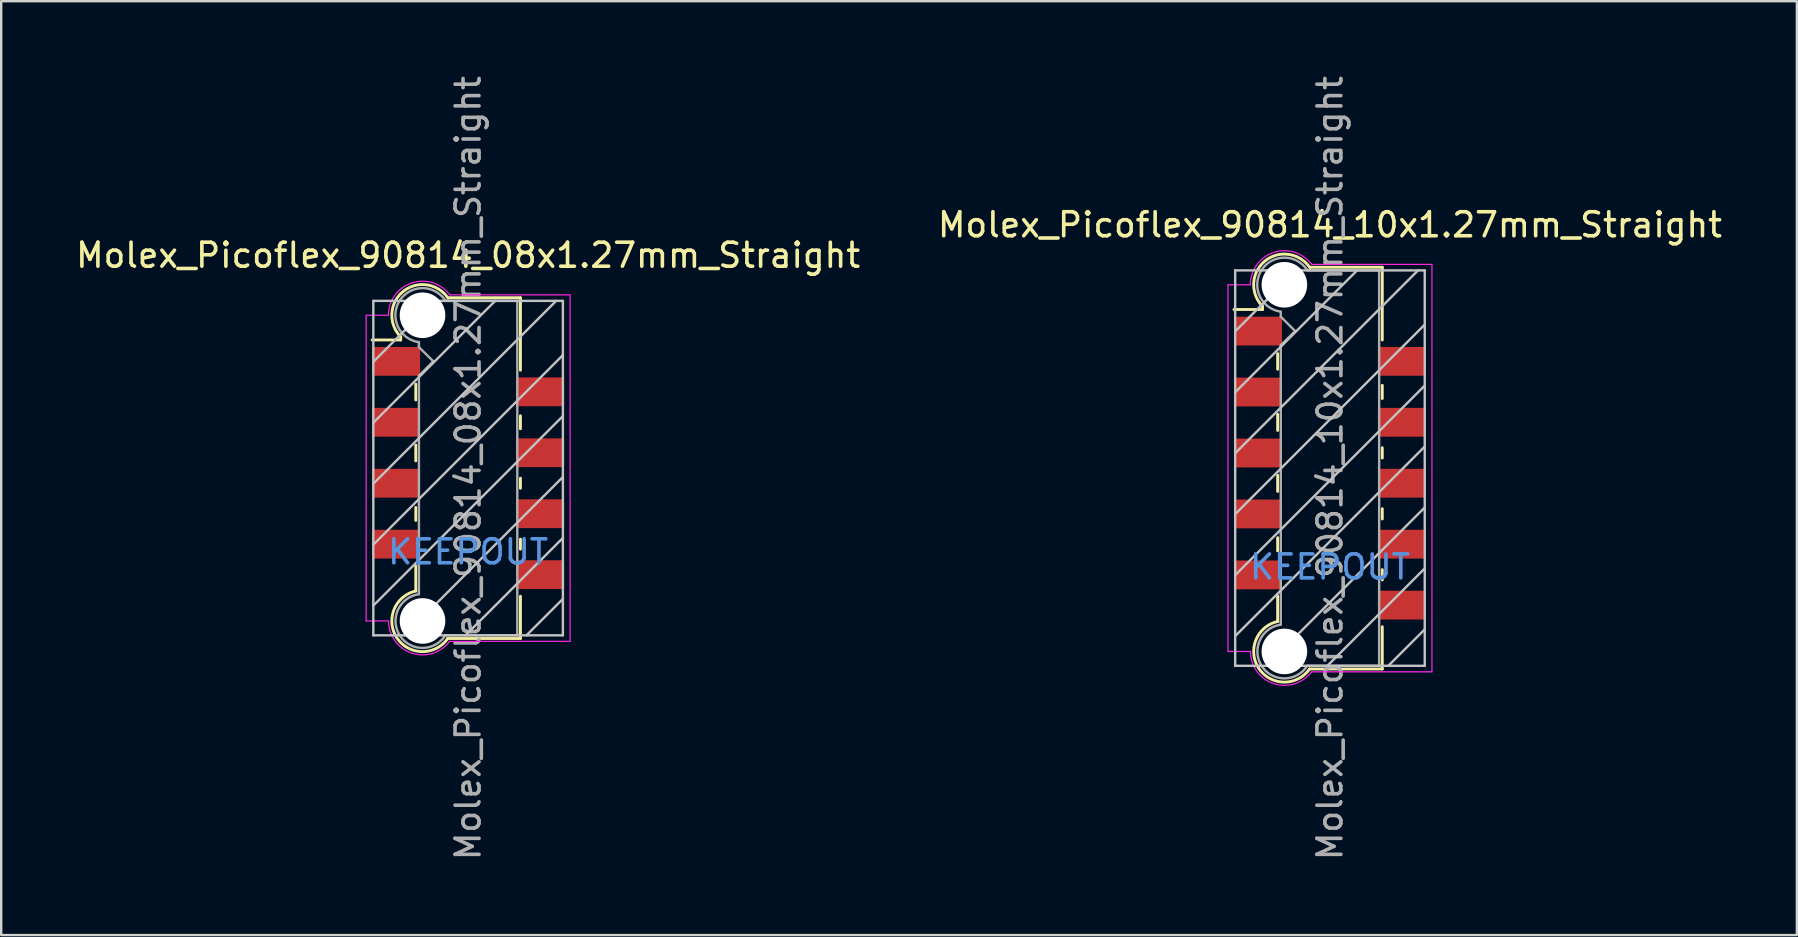
<source format=kicad_pcb>
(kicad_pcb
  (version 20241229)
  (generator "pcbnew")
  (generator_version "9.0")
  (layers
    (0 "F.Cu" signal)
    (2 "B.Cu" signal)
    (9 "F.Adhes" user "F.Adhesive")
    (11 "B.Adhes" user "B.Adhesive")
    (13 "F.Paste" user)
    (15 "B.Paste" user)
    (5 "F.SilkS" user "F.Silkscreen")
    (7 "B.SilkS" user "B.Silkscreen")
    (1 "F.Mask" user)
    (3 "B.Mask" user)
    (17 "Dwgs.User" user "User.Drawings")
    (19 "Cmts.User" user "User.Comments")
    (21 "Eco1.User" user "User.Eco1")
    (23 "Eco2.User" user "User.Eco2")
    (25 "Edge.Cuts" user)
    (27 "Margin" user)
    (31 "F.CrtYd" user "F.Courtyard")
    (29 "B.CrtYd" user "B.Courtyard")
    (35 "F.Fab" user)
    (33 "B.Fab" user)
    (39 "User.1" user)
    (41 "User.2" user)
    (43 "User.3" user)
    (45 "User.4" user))
  (footprint "Molex_Picoflex_90814_08x1.27mm_Straight"
    (layer "F.Cu")
    (at 16.458 16.458)
    (property "Reference" "Molex_Picoflex_90814_08x1.27mm_Straight" (at 0 -8.87 0) (layer "F.SilkS") (effects (font (size 1 1) (thickness 0.15))))
    (attr smd)
    (fp_line (start -2.81 -5.47) (end -2.81 -5.34) (stroke (width 0.12) (type solid)) (layer "F.SilkS"))
    (fp_line (start -2.81 -5.34) (end -4 -5.34) (stroke (width 0.12) (type solid)) (layer "F.SilkS"))
    (fp_line (start -2.18 -2.84) (end -2.18 -3.5) (stroke (width 0.12) (type solid)) (layer "F.SilkS"))
    (fp_line (start -2.18 -0.3) (end -2.18 -0.96) (stroke (width 0.12) (type solid)) (layer "F.SilkS"))
    (fp_line (start -2.18 2.18) (end -2.18 1.64) (stroke (width 0.12) (type solid)) (layer "F.SilkS"))
    (fp_line (start -2.18 5.12) (end -2.18 4.08) (stroke (width 0.12) (type solid)) (layer "F.SilkS"))
    (fp_line (start 2.18 -7.1) (end -0.82 -7.1) (stroke (width 0.12) (type solid)) (layer "F.SilkS"))
    (fp_line (start 2.18 -7.1) (end 2.18 -4.08) (stroke (width 0.12) (type solid)) (layer "F.SilkS"))
    (fp_line (start 2.18 -2.18) (end 2.18 -1.64) (stroke (width 0.12) (type solid)) (layer "F.SilkS"))
    (fp_line (start 2.18 0.42) (end 2.18 0.84) (stroke (width 0.12) (type solid)) (layer "F.SilkS"))
    (fp_line (start 2.18 2.96) (end 2.18 3.38) (stroke (width 0.12) (type solid)) (layer "F.SilkS"))
    (fp_line (start 2.18 5.34) (end 2.18 7.1) (stroke (width 0.12) (type solid)) (layer "F.SilkS"))
    (fp_line (start 2.18 7.1) (end -0.85 7.1) (stroke (width 0.12) (type solid)) (layer "F.SilkS"))
    (fp_arc (start -2.81 -5.47) (mid -2.708637 -7.362072) (end -0.834991 -7.079828) (stroke (width 0.12) (type solid)) (layer "F.SilkS"))
    (fp_arc (start -0.85 7.1) (mid -2.962791 7.081248) (end -2.174424 5.120964) (stroke (width 0.12) (type solid)) (layer "F.SilkS"))
    (fp_line (start -3.95 -6.97) (end -3.95 6.97) (stroke (width 0.1) (type solid)) (layer "Dwgs.User"))
    (fp_line (start -3.95 -4.43) (end -1.41 -6.97) (stroke (width 0.1) (type solid)) (layer "Dwgs.User"))
    (fp_line (start -3.95 -1.89) (end 1.13 -6.97) (stroke (width 0.1) (type solid)) (layer "Dwgs.User"))
    (fp_line (start -3.95 0.65) (end 3.67 -6.97) (stroke (width 0.1) (type solid)) (layer "Dwgs.User"))
    (fp_line (start -3.95 3.19) (end 3.95 -4.71) (stroke (width 0.1) (type solid)) (layer "Dwgs.User"))
    (fp_line (start -3.95 5.73) (end 3.95 -2.17) (stroke (width 0.1) (type solid)) (layer "Dwgs.User"))
    (fp_line (start -3.95 6.97) (end 3.95 6.97) (stroke (width 0.1) (type solid)) (layer "Dwgs.User"))
    (fp_line (start -2.65 6.97) (end 3.95 0.37) (stroke (width 0.1) (type solid)) (layer "Dwgs.User"))
    (fp_line (start -0.11 6.97) (end 3.95 2.91) (stroke (width 0.1) (type solid)) (layer "Dwgs.User"))
    (fp_line (start 2.43 6.97) (end 3.95 5.45) (stroke (width 0.1) (type solid)) (layer "Dwgs.User"))
    (fp_line (start 3.95 -6.97) (end -3.95 -6.97) (stroke (width 0.1) (type solid)) (layer "Dwgs.User"))
    (fp_line (start 3.95 6.97) (end 3.95 -6.97) (stroke (width 0.1) (type solid)) (layer "Dwgs.User"))
    (fp_line (start -4.25 6.37) (end -4.25 -6.37) (stroke (width 0.05) (type solid)) (layer "F.CrtYd"))
    (fp_line (start -3.32 -6.37) (end -4.25 -6.37) (stroke (width 0.05) (type solid)) (layer "F.CrtYd"))
    (fp_line (start -3.32 6.37) (end -4.25 6.37) (stroke (width 0.05) (type solid)) (layer "F.CrtYd"))
    (fp_line (start 4.25 -7.22) (end -0.76 -7.22) (stroke (width 0.05) (type solid)) (layer "F.CrtYd"))
    (fp_line (start 4.25 -7.22) (end 4.25 7.22) (stroke (width 0.05) (type solid)) (layer "F.CrtYd"))
    (fp_line (start 4.25 7.22) (end -0.77 7.22) (stroke (width 0.05) (type solid)) (layer "F.CrtYd"))
    (fp_arc (start -3.32 -6.37) (mid -2.344692 -7.718573) (end -0.758523 -7.214648) (stroke (width 0.05) (type solid)) (layer "F.CrtYd"))
    (fp_arc (start -0.77 7.22) (mid -2.348691 7.710924) (end -3.314001 6.368743) (stroke (width 0.05) (type solid)) (layer "F.CrtYd"))
    (fp_line (start -2.05 -5.04) (end -2.05 -5.25) (stroke (width 0.1) (type solid)) (layer "F.Fab"))
    (fp_line (start -2.05 -3.85) (end -1.45 -4.45) (stroke (width 0.1) (type solid)) (layer "F.Fab"))
    (fp_line (start -2.05 5.25) (end -2.05 -3.85) (stroke (width 0.1) (type solid)) (layer "F.Fab"))
    (fp_line (start -1.45 -4.45) (end -2.05 -5.04) (stroke (width 0.1) (type solid)) (layer "F.Fab"))
    (fp_line (start 2.05 -6.97) (end -0.93 -6.97) (stroke (width 0.1) (type solid)) (layer "F.Fab"))
    (fp_line (start 2.05 -6.97) (end 2.05 6.97) (stroke (width 0.1) (type solid)) (layer "F.Fab"))
    (fp_line (start 2.05 6.97) (end -0.95 6.97) (stroke (width 0.1) (type solid)) (layer "F.Fab"))
    (fp_arc (start -2.05 -5.25) (mid -2.851672 -6.979279) (end -0.945612 -6.975015) (stroke (width 0.1) (type solid)) (layer "F.Fab"))
    (fp_arc (start -0.95 6.97) (mid -2.845272 6.977422) (end -2.051022 5.256585) (stroke (width 0.1) (type solid)) (layer "F.Fab"))
    (fp_text user "KEEPOUT" (at 0 3.49 0) (layer "Cmts.User") (effects (font (size 1 1) (thickness 0.15))))
    (fp_text user "${REFERENCE}" (at 0 0 90) (layer "F.Fab") (effects (font (size 1 1) (thickness 0.15))))
    (pad "" np_thru_hole circle (at -1.9 -6.37) (size 1.9 1.9) (drill 1.9) (layers "*.Cu"))
    (pad "" np_thru_hole circle (at -1.9 6.37) (size 1.9 1.9) (drill 1.9) (layers "*.Cu"))
    (pad "1" smd rect (at -3 -4.45) (size 2 1.2) (layers "F.Cu" "F.Mask" "F.Paste"))
    (pad "2" smd rect (at 3 -3.18) (size 2 1.2) (layers "F.Cu" "F.Mask" "F.Paste"))
    (pad "3" smd rect (at -3 -1.91) (size 2 1.2) (layers "F.Cu" "F.Mask" "F.Paste"))
    (pad "4" smd rect (at 3 -0.64) (size 2 1.2) (layers "F.Cu" "F.Mask" "F.Paste"))
    (pad "5" smd rect (at -3 0.63) (size 2 1.2) (layers "F.Cu" "F.Mask" "F.Paste"))
    (pad "6" smd rect (at 3 1.9) (size 2 1.2) (layers "F.Cu" "F.Mask" "F.Paste"))
    (pad "7" smd rect (at -3 3.17) (size 2 1.2) (layers "F.Cu" "F.Mask" "F.Paste"))
    (pad "8" smd rect (at 3 4.44) (size 2 1.2) (layers "F.Cu" "F.Mask" "F.Paste")))
  (footprint "Molex_Picoflex_90814_10x1.27mm_Straight"
    (layer "F.Cu")
    (at 52.375 16.458)
    (property "Reference" "Molex_Picoflex_90814_10x1.27mm_Straight" (at 0 -10.14 0) (layer "F.SilkS") (effects (font (size 1 1) (thickness 0.15))))
    (attr smd)
    (fp_line (start -2.81 -6.74) (end -2.81 -6.61) (stroke (width 0.12) (type solid)) (layer "F.SilkS"))
    (fp_line (start -2.81 -6.61) (end -4 -6.61) (stroke (width 0.12) (type solid)) (layer "F.SilkS"))
    (fp_line (start -2.18 -4.12) (end -2.18 -4.77) (stroke (width 0.12) (type solid)) (layer "F.SilkS"))
    (fp_line (start -2.18 -1.57) (end -2.18 -2.24) (stroke (width 0.12) (type solid)) (layer "F.SilkS"))
    (fp_line (start -2.18 0.97) (end -2.18 0.3) (stroke (width 0.12) (type solid)) (layer "F.SilkS"))
    (fp_line (start -2.18 3.45) (end -2.18 2.9) (stroke (width 0.12) (type solid)) (layer "F.SilkS"))
    (fp_line (start -2.18 6.39) (end -2.18 5.34) (stroke (width 0.12) (type solid)) (layer "F.SilkS"))
    (fp_line (start 2.18 -8.37) (end -0.82 -8.37) (stroke (width 0.12) (type solid)) (layer "F.SilkS"))
    (fp_line (start 2.18 -8.37) (end 2.18 -5.34) (stroke (width 0.12) (type solid)) (layer "F.SilkS"))
    (fp_line (start 2.18 -3.45) (end 2.18 -2.9) (stroke (width 0.12) (type solid)) (layer "F.SilkS"))
    (fp_line (start 2.18 -0.85) (end 2.18 -0.42) (stroke (width 0.12) (type solid)) (layer "F.SilkS"))
    (fp_line (start 2.18 1.69) (end 2.18 2.12) (stroke (width 0.12) (type solid)) (layer "F.SilkS"))
    (fp_line (start 2.18 4.23) (end 2.18 4.66) (stroke (width 0.12) (type solid)) (layer "F.SilkS"))
    (fp_line (start 2.18 6.61) (end 2.18 8.37) (stroke (width 0.12) (type solid)) (layer "F.SilkS"))
    (fp_line (start 2.18 8.37) (end -0.85 8.37) (stroke (width 0.12) (type solid)) (layer "F.SilkS"))
    (fp_arc (start -2.81 -6.74) (mid -2.708637 -8.632072) (end -0.834991 -8.349828) (stroke (width 0.12) (type solid)) (layer "F.SilkS"))
    (fp_arc (start -0.85 8.37) (mid -2.962791 8.351248) (end -2.174424 6.390964) (stroke (width 0.12) (type solid)) (layer "F.SilkS"))
    (fp_line (start -3.95 -8.24) (end -3.95 8.24) (stroke (width 0.1) (type solid)) (layer "Dwgs.User"))
    (fp_line (start -3.95 -5.7) (end -1.41 -8.24) (stroke (width 0.1) (type solid)) (layer "Dwgs.User"))
    (fp_line (start -3.95 -3.16) (end 1.13 -8.24) (stroke (width 0.1) (type solid)) (layer "Dwgs.User"))
    (fp_line (start -3.95 -0.62) (end 3.67 -8.24) (stroke (width 0.1) (type solid)) (layer "Dwgs.User"))
    (fp_line (start -3.95 1.92) (end 3.95 -5.98) (stroke (width 0.1) (type solid)) (layer "Dwgs.User"))
    (fp_line (start -3.95 4.46) (end 3.95 -3.44) (stroke (width 0.1) (type solid)) (layer "Dwgs.User"))
    (fp_line (start -3.95 7) (end 3.95 -0.9) (stroke (width 0.1) (type solid)) (layer "Dwgs.User"))
    (fp_line (start -3.95 8.24) (end 3.95 8.24) (stroke (width 0.1) (type solid)) (layer "Dwgs.User"))
    (fp_line (start -2.65 8.24) (end 3.95 1.64) (stroke (width 0.1) (type solid)) (layer "Dwgs.User"))
    (fp_line (start -0.11 8.24) (end 3.95 4.18) (stroke (width 0.1) (type solid)) (layer "Dwgs.User"))
    (fp_line (start 2.43 8.24) (end 3.95 6.72) (stroke (width 0.1) (type solid)) (layer "Dwgs.User"))
    (fp_line (start 3.95 -8.24) (end -3.95 -8.24) (stroke (width 0.1) (type solid)) (layer "Dwgs.User"))
    (fp_line (start 3.95 8.24) (end 3.95 -8.24) (stroke (width 0.1) (type solid)) (layer "Dwgs.User"))
    (fp_line (start -4.25 7.64) (end -4.25 -7.64) (stroke (width 0.05) (type solid)) (layer "F.CrtYd"))
    (fp_line (start -3.32 -7.64) (end -4.25 -7.64) (stroke (width 0.05) (type solid)) (layer "F.CrtYd"))
    (fp_line (start -3.32 7.64) (end -4.25 7.64) (stroke (width 0.05) (type solid)) (layer "F.CrtYd"))
    (fp_line (start 4.25 -8.49) (end -0.76 -8.49) (stroke (width 0.05) (type solid)) (layer "F.CrtYd"))
    (fp_line (start 4.25 -8.49) (end 4.25 8.49) (stroke (width 0.05) (type solid)) (layer "F.CrtYd"))
    (fp_line (start 4.25 8.49) (end -0.77 8.49) (stroke (width 0.05) (type solid)) (layer "F.CrtYd"))
    (fp_arc (start -3.32 -7.64) (mid -2.344692 -8.988573) (end -0.758523 -8.484648) (stroke (width 0.05) (type solid)) (layer "F.CrtYd"))
    (fp_arc (start -0.77 8.49) (mid -2.348691 8.980924) (end -3.314001 7.638743) (stroke (width 0.05) (type solid)) (layer "F.CrtYd"))
    (fp_line (start -2.05 -6.31) (end -2.05 -6.52) (stroke (width 0.1) (type solid)) (layer "F.Fab"))
    (fp_line (start -2.05 -5.12) (end -1.45 -5.71) (stroke (width 0.1) (type solid)) (layer "F.Fab"))
    (fp_line (start -2.05 6.52) (end -2.05 -5.12) (stroke (width 0.1) (type solid)) (layer "F.Fab"))
    (fp_line (start -1.45 -5.71) (end -2.05 -6.31) (stroke (width 0.1) (type solid)) (layer "F.Fab"))
    (fp_line (start 2.05 -8.24) (end -0.93 -8.24) (stroke (width 0.1) (type solid)) (layer "F.Fab"))
    (fp_line (start 2.05 -8.24) (end 2.05 8.24) (stroke (width 0.1) (type solid)) (layer "F.Fab"))
    (fp_line (start 2.05 8.24) (end -0.95 8.24) (stroke (width 0.1) (type solid)) (layer "F.Fab"))
    (fp_arc (start -2.05 -6.52) (mid -2.851672 -8.249279) (end -0.945612 -8.245015) (stroke (width 0.1) (type solid)) (layer "F.Fab"))
    (fp_arc (start -0.95 8.24) (mid -2.845272 8.247422) (end -2.051022 6.526585) (stroke (width 0.1) (type solid)) (layer "F.Fab"))
    (fp_text user "KEEPOUT" (at 0 4.12 0) (layer "Cmts.User") (effects (font (size 1 1) (thickness 0.15))))
    (fp_text user "${REFERENCE}" (at 0 0 90) (layer "F.Fab") (effects (font (size 1 1) (thickness 0.15))))
    (pad "" np_thru_hole circle (at -1.9 -7.64) (size 1.9 1.9) (drill 1.9) (layers "*.Cu"))
    (pad "" np_thru_hole circle (at -1.9 7.64) (size 1.9 1.9) (drill 1.9) (layers "*.Cu"))
    (pad "1" smd rect (at -3 -5.71) (size 2 1.2) (layers "F.Cu" "F.Mask" "F.Paste"))
    (pad "2" smd rect (at 3 -4.45) (size 2 1.2) (layers "F.Cu" "F.Mask" "F.Paste"))
    (pad "3" smd rect (at -3 -3.17) (size 2 1.2) (layers "F.Cu" "F.Mask" "F.Paste"))
    (pad "4" smd rect (at 3 -1.91) (size 2 1.2) (layers "F.Cu" "F.Mask" "F.Paste"))
    (pad "5" smd rect (at -3 -0.63) (size 2 1.2) (layers "F.Cu" "F.Mask" "F.Paste"))
    (pad "6" smd rect (at 3 0.63) (size 2 1.2) (layers "F.Cu" "F.Mask" "F.Paste"))
    (pad "7" smd rect (at -3 1.91) (size 2 1.2) (layers "F.Cu" "F.Mask" "F.Paste"))
    (pad "8" smd rect (at 3 3.17) (size 2 1.2) (layers "F.Cu" "F.Mask" "F.Paste"))
    (pad "9" smd rect (at -3 4.45) (size 2 1.2) (layers "F.Cu" "F.Mask" "F.Paste"))
    (pad "10" smd rect (at 3 5.71) (size 2 1.2) (layers "F.Cu" "F.Mask" "F.Paste")))
  (gr_rect
    (start -3 -3)
    (end 71.833 35.917)
    (stroke (width 0.1) (type default))
    (fill no)
    (layer "Edge.Cuts")))
</source>
